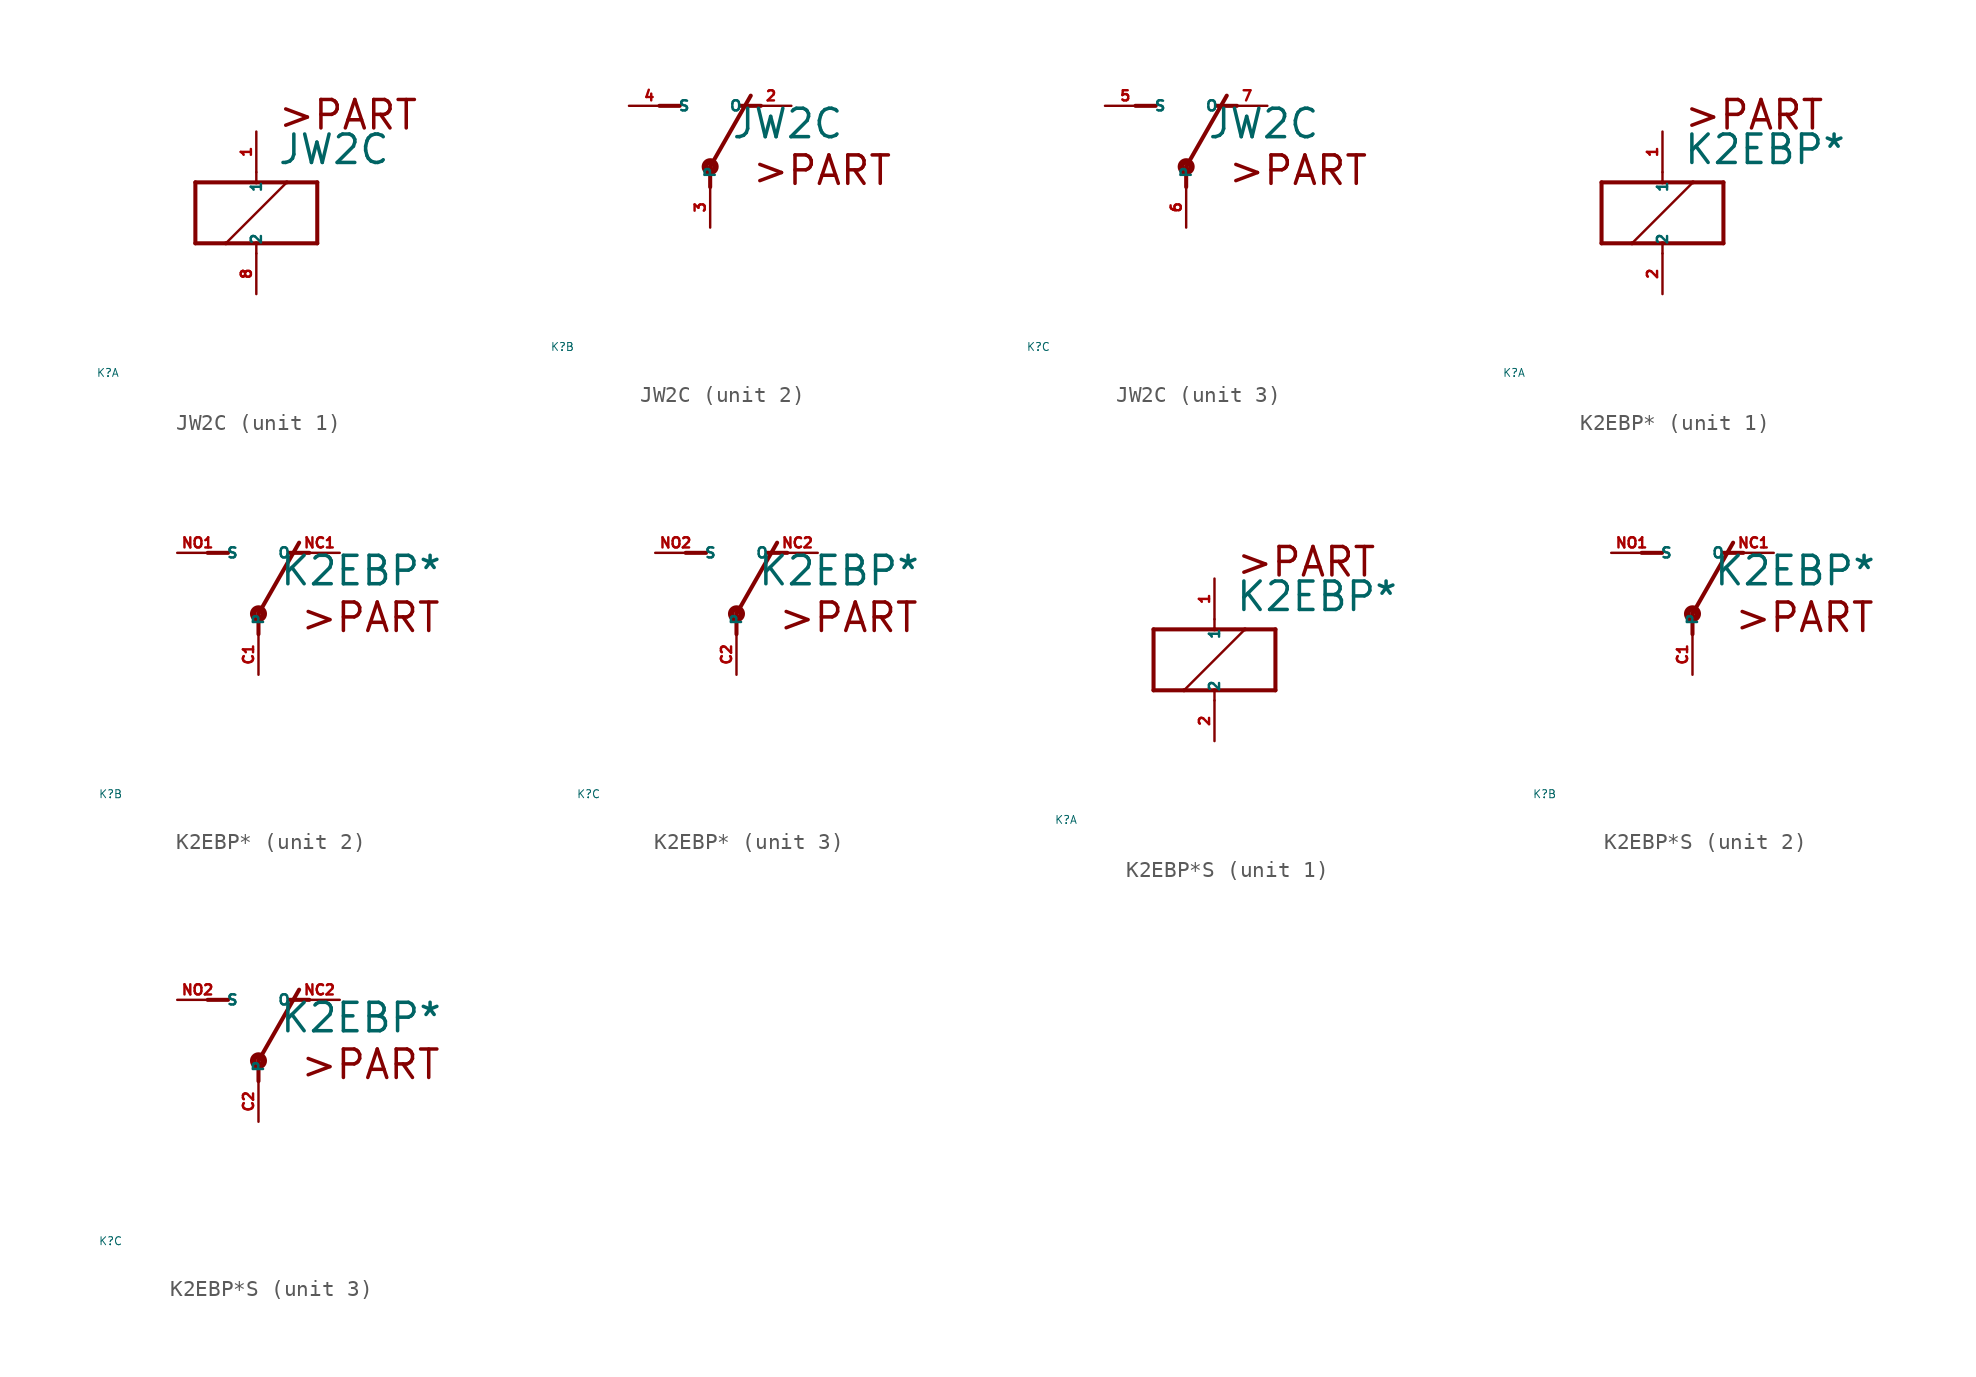
<source format=kicad_sym>
(kicad_symbol_lib
  (version 20220914)
  (generator Eagle2Kicad)
  (symbol "JW2C"
    (property "Reference" "K"
      (at -10 -10 0)
      (effects (font (size 0.5 0.5) (thickness 0.06)) (justify left)))
    (property "Value" "JW2C"
      (at 1.27 2.921 0)
      (effects (font (size 1.778 1.778) (thickness 0.22)) (justify left bottom)))
    (symbol "JW2C_1_0"
      (polyline (pts (xy -3.81 -1.905) (xy -1.905 -1.905)) (stroke (width 0.254) (type default)) (fill (type none)))
      (polyline (pts (xy 3.81 -1.905) (xy 3.81 1.905)) (stroke (width 0.254) (type default)) (fill (type none)))
      (polyline (pts (xy 3.81 1.905) (xy 1.905 1.905)) (stroke (width 0.254) (type default)) (fill (type none)))
      (polyline (pts (xy -3.81 1.905) (xy -3.81 -1.905)) (stroke (width 0.254) (type default)) (fill (type none)))
      (polyline (pts (xy 0 -2.54) (xy 0 -1.905)) (stroke (width 0.152) (type default)) (fill (type none)))
      (polyline (pts (xy 0 -1.905) (xy 3.81 -1.905)) (stroke (width 0.254) (type default)) (fill (type none)))
      (polyline (pts (xy 0 2.54) (xy 0 1.905)) (stroke (width 0.152) (type default)) (fill (type none)))
      (polyline (pts (xy 0 1.905) (xy -3.81 1.905)) (stroke (width 0.254) (type default)) (fill (type none)))
      (polyline (pts (xy -1.905 -1.905) (xy 1.905 1.905)) (stroke (width 0.152) (type default)) (fill (type none)))
      (polyline (pts (xy -1.905 -1.905) (xy 0 -1.905)) (stroke (width 0.254) (type default)) (fill (type none)))
      (polyline (pts (xy 1.905 1.905) (xy 0 1.905)) (stroke (width 0.254) (type default)) (fill (type none)))
      (text ">PART" (at 1.27 5.08 0) (effects (font (size 1.778 1.778) (thickness 0.22)) (justify left bottom)))
      (pin passive line (at 0 -5.08 90) (length 2.54) (name "2" (effects (font (size 0.635 0.635) (thickness 0.08)) (justify left bottom))) (number "8" (effects (font (size 0.635 0.635) (thickness 0.08)) (justify left bottom))))
      (pin passive line (at 0 5.08 270) (length 2.54) (name "1" (effects (font (size 0.635 0.635) (thickness 0.08)) (justify left bottom))) (number "1" (effects (font (size 0.635 0.635) (thickness 0.08)) (justify left bottom)))))
    (symbol "JW2C_2_0"
      (polyline (pts (xy 3.175 5.08) (xy 1.905 5.08)) (stroke (width 0.254) (type default)) (fill (type none)))
      (polyline (pts (xy -3.175 5.08) (xy -1.905 5.08)) (stroke (width 0.254) (type default)) (fill (type none)))
      (polyline (pts (xy 0 1.27) (xy 2.54 5.715)) (stroke (width 0.254) (type default)) (fill (type none)))
      (polyline (pts (xy 0 1.27) (xy 0 0)) (stroke (width 0.254) (type default)) (fill (type none)))
      (text ">PART" (at 2.54 0 0) (effects (font (size 1.778 1.778) (thickness 0.22)) (justify left bottom)))
      (circle (center 0 1.27) (radius 0.127) (stroke (width 0.406) (type default)) (fill (type none)))
      (pin passive line (at 5.08 5.08 180) (length 2.54) (name "O" (effects (font (size 0.635 0.635) (thickness 0.08)) (justify left bottom))) (number "2" (effects (font (size 0.635 0.635) (thickness 0.08)) (justify left bottom))))
      (pin passive line (at -5.08 5.08 0) (length 2.54) (name "S" (effects (font (size 0.635 0.635) (thickness 0.08)) (justify left bottom))) (number "4" (effects (font (size 0.635 0.635) (thickness 0.08)) (justify left bottom))))
      (pin passive line (at 0 -2.54 90) (length 2.54) (name "P" (effects (font (size 0.635 0.635) (thickness 0.08)) (justify left bottom))) (number "3" (effects (font (size 0.635 0.635) (thickness 0.08)) (justify left bottom)))))
    (symbol "JW2C_3_0"
      (polyline (pts (xy 3.175 5.08) (xy 1.905 5.08)) (stroke (width 0.254) (type default)) (fill (type none)))
      (polyline (pts (xy -3.175 5.08) (xy -1.905 5.08)) (stroke (width 0.254) (type default)) (fill (type none)))
      (polyline (pts (xy 0 1.27) (xy 2.54 5.715)) (stroke (width 0.254) (type default)) (fill (type none)))
      (polyline (pts (xy 0 1.27) (xy 0 0)) (stroke (width 0.254) (type default)) (fill (type none)))
      (text ">PART" (at 2.54 0 0) (effects (font (size 1.778 1.778) (thickness 0.22)) (justify left bottom)))
      (circle (center 0 1.27) (radius 0.127) (stroke (width 0.406) (type default)) (fill (type none)))
      (pin passive line (at 5.08 5.08 180) (length 2.54) (name "O" (effects (font (size 0.635 0.635) (thickness 0.08)) (justify left bottom))) (number "7" (effects (font (size 0.635 0.635) (thickness 0.08)) (justify left bottom))))
      (pin passive line (at -5.08 5.08 0) (length 2.54) (name "S" (effects (font (size 0.635 0.635) (thickness 0.08)) (justify left bottom))) (number "5" (effects (font (size 0.635 0.635) (thickness 0.08)) (justify left bottom))))
      (pin passive line (at 0 -2.54 90) (length 2.54) (name "P" (effects (font (size 0.635 0.635) (thickness 0.08)) (justify left bottom))) (number "6" (effects (font (size 0.635 0.635) (thickness 0.08)) (justify left bottom))))))
  (symbol "K2EBP*"
    (property "Reference" "K"
      (at -10 -10 0)
      (effects (font (size 0.5 0.5) (thickness 0.06)) (justify left)))
    (property "Value" "K2EBP*"
      (at 1.27 2.921 0)
      (effects (font (size 1.778 1.778) (thickness 0.22)) (justify left bottom)))
    (symbol "K2EBP*_1_0"
      (polyline (pts (xy -3.81 -1.905) (xy -1.905 -1.905)) (stroke (width 0.254) (type default)) (fill (type none)))
      (polyline (pts (xy 3.81 -1.905) (xy 3.81 1.905)) (stroke (width 0.254) (type default)) (fill (type none)))
      (polyline (pts (xy 3.81 1.905) (xy 1.905 1.905)) (stroke (width 0.254) (type default)) (fill (type none)))
      (polyline (pts (xy -3.81 1.905) (xy -3.81 -1.905)) (stroke (width 0.254) (type default)) (fill (type none)))
      (polyline (pts (xy 0 -2.54) (xy 0 -1.905)) (stroke (width 0.152) (type default)) (fill (type none)))
      (polyline (pts (xy 0 -1.905) (xy 3.81 -1.905)) (stroke (width 0.254) (type default)) (fill (type none)))
      (polyline (pts (xy 0 2.54) (xy 0 1.905)) (stroke (width 0.152) (type default)) (fill (type none)))
      (polyline (pts (xy 0 1.905) (xy -3.81 1.905)) (stroke (width 0.254) (type default)) (fill (type none)))
      (polyline (pts (xy -1.905 -1.905) (xy 1.905 1.905)) (stroke (width 0.152) (type default)) (fill (type none)))
      (polyline (pts (xy -1.905 -1.905) (xy 0 -1.905)) (stroke (width 0.254) (type default)) (fill (type none)))
      (polyline (pts (xy 1.905 1.905) (xy 0 1.905)) (stroke (width 0.254) (type default)) (fill (type none)))
      (text ">PART" (at 1.27 5.08 0) (effects (font (size 1.778 1.778) (thickness 0.22)) (justify left bottom)))
      (pin passive line (at 0 -5.08 90) (length 2.54) (name "2" (effects (font (size 0.635 0.635) (thickness 0.08)) (justify left bottom))) (number "2" (effects (font (size 0.635 0.635) (thickness 0.08)) (justify left bottom))))
      (pin passive line (at 0 5.08 270) (length 2.54) (name "1" (effects (font (size 0.635 0.635) (thickness 0.08)) (justify left bottom))) (number "1" (effects (font (size 0.635 0.635) (thickness 0.08)) (justify left bottom)))))
    (symbol "K2EBP*_2_0"
      (polyline (pts (xy 3.175 5.08) (xy 1.905 5.08)) (stroke (width 0.254) (type default)) (fill (type none)))
      (polyline (pts (xy -3.175 5.08) (xy -1.905 5.08)) (stroke (width 0.254) (type default)) (fill (type none)))
      (polyline (pts (xy 0 1.27) (xy 2.54 5.715)) (stroke (width 0.254) (type default)) (fill (type none)))
      (polyline (pts (xy 0 1.27) (xy 0 0)) (stroke (width 0.254) (type default)) (fill (type none)))
      (text ">PART" (at 2.54 0 0) (effects (font (size 1.778 1.778) (thickness 0.22)) (justify left bottom)))
      (circle (center 0 1.27) (radius 0.127) (stroke (width 0.406) (type default)) (fill (type none)))
      (pin passive line (at 5.08 5.08 180) (length 2.54) (name "O" (effects (font (size 0.635 0.635) (thickness 0.08)) (justify left bottom))) (number "NC1" (effects (font (size 0.635 0.635) (thickness 0.08)) (justify left bottom))))
      (pin passive line (at -5.08 5.08 0) (length 2.54) (name "S" (effects (font (size 0.635 0.635) (thickness 0.08)) (justify left bottom))) (number "NO1" (effects (font (size 0.635 0.635) (thickness 0.08)) (justify left bottom))))
      (pin passive line (at 0 -2.54 90) (length 2.54) (name "P" (effects (font (size 0.635 0.635) (thickness 0.08)) (justify left bottom))) (number "C1" (effects (font (size 0.635 0.635) (thickness 0.08)) (justify left bottom)))))
    (symbol "K2EBP*_3_0"
      (polyline (pts (xy 3.175 5.08) (xy 1.905 5.08)) (stroke (width 0.254) (type default)) (fill (type none)))
      (polyline (pts (xy -3.175 5.08) (xy -1.905 5.08)) (stroke (width 0.254) (type default)) (fill (type none)))
      (polyline (pts (xy 0 1.27) (xy 2.54 5.715)) (stroke (width 0.254) (type default)) (fill (type none)))
      (polyline (pts (xy 0 1.27) (xy 0 0)) (stroke (width 0.254) (type default)) (fill (type none)))
      (text ">PART" (at 2.54 0 0) (effects (font (size 1.778 1.778) (thickness 0.22)) (justify left bottom)))
      (circle (center 0 1.27) (radius 0.127) (stroke (width 0.406) (type default)) (fill (type none)))
      (pin passive line (at 5.08 5.08 180) (length 2.54) (name "O" (effects (font (size 0.635 0.635) (thickness 0.08)) (justify left bottom))) (number "NC2" (effects (font (size 0.635 0.635) (thickness 0.08)) (justify left bottom))))
      (pin passive line (at -5.08 5.08 0) (length 2.54) (name "S" (effects (font (size 0.635 0.635) (thickness 0.08)) (justify left bottom))) (number "NO2" (effects (font (size 0.635 0.635) (thickness 0.08)) (justify left bottom))))
      (pin passive line (at 0 -2.54 90) (length 2.54) (name "P" (effects (font (size 0.635 0.635) (thickness 0.08)) (justify left bottom))) (number "C2" (effects (font (size 0.635 0.635) (thickness 0.08)) (justify left bottom))))))
  (symbol "K2EBP*S"
    (property "Reference" "K"
      (at -10 -10 0)
      (effects (font (size 0.5 0.5) (thickness 0.06)) (justify left)))
    (property "Value" "K2EBP*"
      (at 1.27 2.921 0)
      (effects (font (size 1.778 1.778) (thickness 0.22)) (justify left bottom)))
    (symbol "K2EBP*S_1_0"
      (polyline (pts (xy -3.81 -1.905) (xy -1.905 -1.905)) (stroke (width 0.254) (type default)) (fill (type none)))
      (polyline (pts (xy 3.81 -1.905) (xy 3.81 1.905)) (stroke (width 0.254) (type default)) (fill (type none)))
      (polyline (pts (xy 3.81 1.905) (xy 1.905 1.905)) (stroke (width 0.254) (type default)) (fill (type none)))
      (polyline (pts (xy -3.81 1.905) (xy -3.81 -1.905)) (stroke (width 0.254) (type default)) (fill (type none)))
      (polyline (pts (xy 0 -2.54) (xy 0 -1.905)) (stroke (width 0.152) (type default)) (fill (type none)))
      (polyline (pts (xy 0 -1.905) (xy 3.81 -1.905)) (stroke (width 0.254) (type default)) (fill (type none)))
      (polyline (pts (xy 0 2.54) (xy 0 1.905)) (stroke (width 0.152) (type default)) (fill (type none)))
      (polyline (pts (xy 0 1.905) (xy -3.81 1.905)) (stroke (width 0.254) (type default)) (fill (type none)))
      (polyline (pts (xy -1.905 -1.905) (xy 1.905 1.905)) (stroke (width 0.152) (type default)) (fill (type none)))
      (polyline (pts (xy -1.905 -1.905) (xy 0 -1.905)) (stroke (width 0.254) (type default)) (fill (type none)))
      (polyline (pts (xy 1.905 1.905) (xy 0 1.905)) (stroke (width 0.254) (type default)) (fill (type none)))
      (text ">PART" (at 1.27 5.08 0) (effects (font (size 1.778 1.778) (thickness 0.22)) (justify left bottom)))
      (pin passive line (at 0 -5.08 90) (length 2.54) (name "2" (effects (font (size 0.635 0.635) (thickness 0.08)) (justify left bottom))) (number "2" (effects (font (size 0.635 0.635) (thickness 0.08)) (justify left bottom))))
      (pin passive line (at 0 5.08 270) (length 2.54) (name "1" (effects (font (size 0.635 0.635) (thickness 0.08)) (justify left bottom))) (number "1" (effects (font (size 0.635 0.635) (thickness 0.08)) (justify left bottom)))))
    (symbol "K2EBP*S_2_0"
      (polyline (pts (xy 3.175 5.08) (xy 1.905 5.08)) (stroke (width 0.254) (type default)) (fill (type none)))
      (polyline (pts (xy -3.175 5.08) (xy -1.905 5.08)) (stroke (width 0.254) (type default)) (fill (type none)))
      (polyline (pts (xy 0 1.27) (xy 2.54 5.715)) (stroke (width 0.254) (type default)) (fill (type none)))
      (polyline (pts (xy 0 1.27) (xy 0 0)) (stroke (width 0.254) (type default)) (fill (type none)))
      (text ">PART" (at 2.54 0 0) (effects (font (size 1.778 1.778) (thickness 0.22)) (justify left bottom)))
      (circle (center 0 1.27) (radius 0.127) (stroke (width 0.406) (type default)) (fill (type none)))
      (pin passive line (at 5.08 5.08 180) (length 2.54) (name "O" (effects (font (size 0.635 0.635) (thickness 0.08)) (justify left bottom))) (number "NC1" (effects (font (size 0.635 0.635) (thickness 0.08)) (justify left bottom))))
      (pin passive line (at -5.08 5.08 0) (length 2.54) (name "S" (effects (font (size 0.635 0.635) (thickness 0.08)) (justify left bottom))) (number "NO1" (effects (font (size 0.635 0.635) (thickness 0.08)) (justify left bottom))))
      (pin passive line (at 0 -2.54 90) (length 2.54) (name "P" (effects (font (size 0.635 0.635) (thickness 0.08)) (justify left bottom))) (number "C1" (effects (font (size 0.635 0.635) (thickness 0.08)) (justify left bottom)))))
    (symbol "K2EBP*S_3_0"
      (polyline (pts (xy 3.175 5.08) (xy 1.905 5.08)) (stroke (width 0.254) (type default)) (fill (type none)))
      (polyline (pts (xy -3.175 5.08) (xy -1.905 5.08)) (stroke (width 0.254) (type default)) (fill (type none)))
      (polyline (pts (xy 0 1.27) (xy 2.54 5.715)) (stroke (width 0.254) (type default)) (fill (type none)))
      (polyline (pts (xy 0 1.27) (xy 0 0)) (stroke (width 0.254) (type default)) (fill (type none)))
      (text ">PART" (at 2.54 0 0) (effects (font (size 1.778 1.778) (thickness 0.22)) (justify left bottom)))
      (circle (center 0 1.27) (radius 0.127) (stroke (width 0.406) (type default)) (fill (type none)))
      (pin passive line (at 5.08 5.08 180) (length 2.54) (name "O" (effects (font (size 0.635 0.635) (thickness 0.08)) (justify left bottom))) (number "NC2" (effects (font (size 0.635 0.635) (thickness 0.08)) (justify left bottom))))
      (pin passive line (at -5.08 5.08 0) (length 2.54) (name "S" (effects (font (size 0.635 0.635) (thickness 0.08)) (justify left bottom))) (number "NO2" (effects (font (size 0.635 0.635) (thickness 0.08)) (justify left bottom))))
      (pin passive line (at 0 -2.54 90) (length 2.54) (name "P" (effects (font (size 0.635 0.635) (thickness 0.08)) (justify left bottom))) (number "C2" (effects (font (size 0.635 0.635) (thickness 0.08)) (justify left bottom)))))))
</source>
